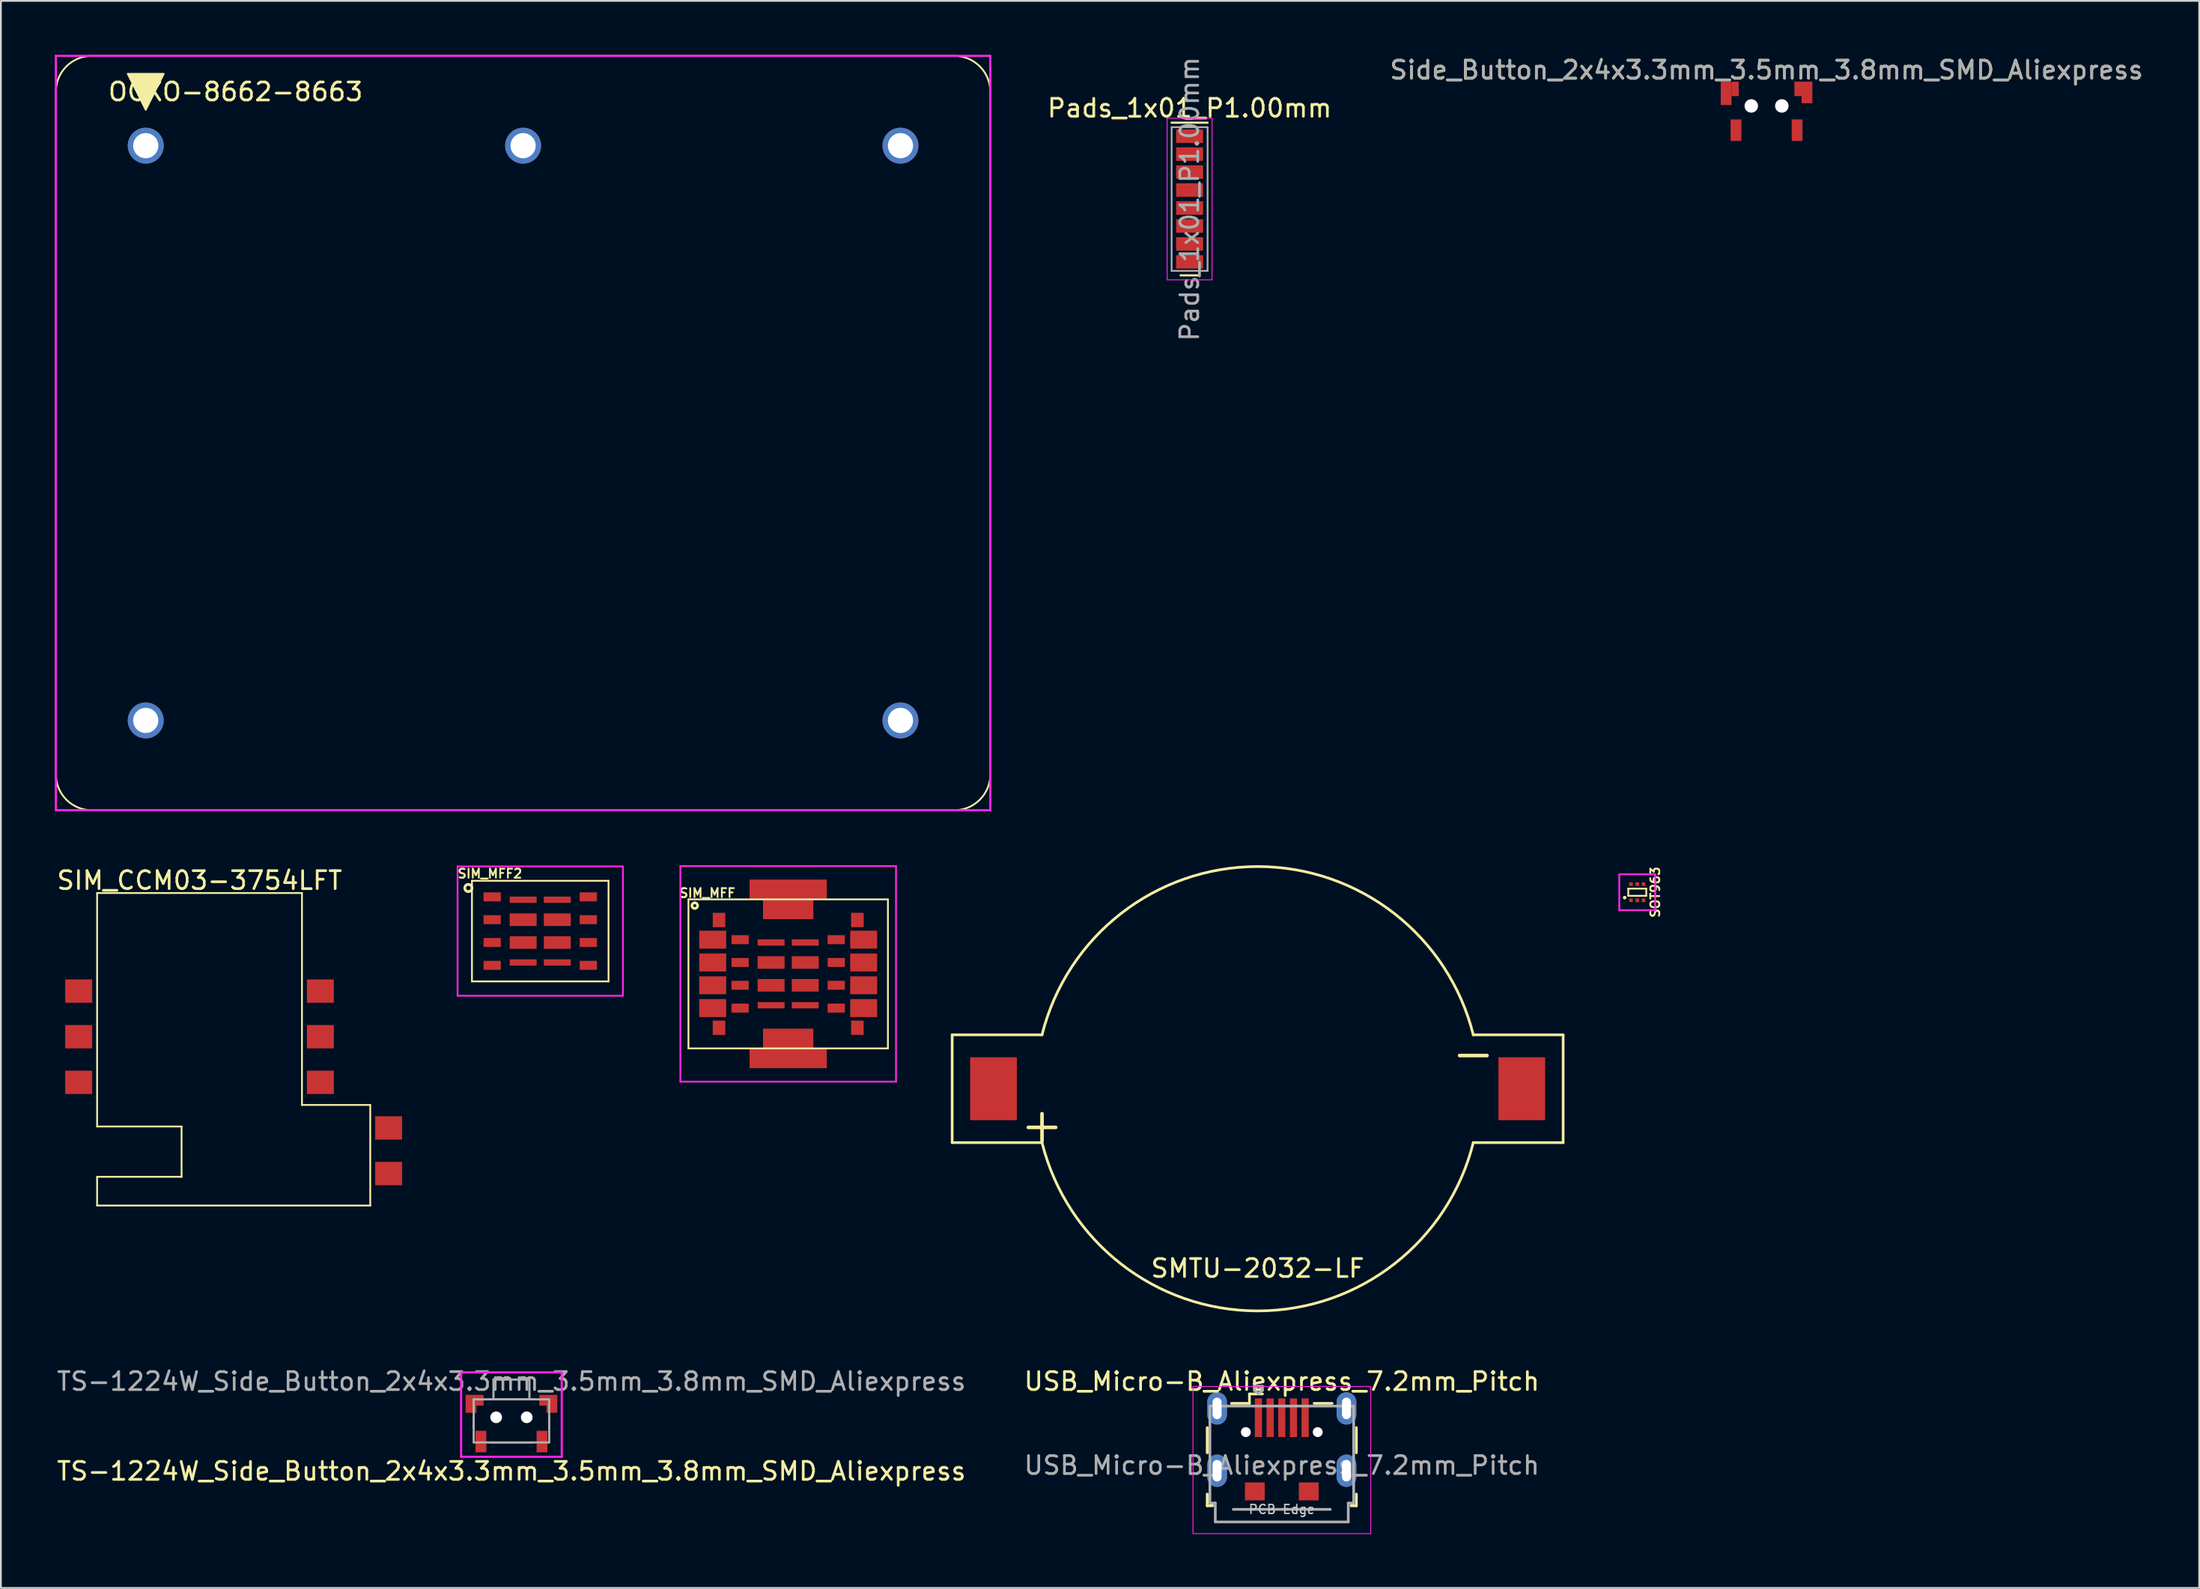
<source format=kicad_pcb>
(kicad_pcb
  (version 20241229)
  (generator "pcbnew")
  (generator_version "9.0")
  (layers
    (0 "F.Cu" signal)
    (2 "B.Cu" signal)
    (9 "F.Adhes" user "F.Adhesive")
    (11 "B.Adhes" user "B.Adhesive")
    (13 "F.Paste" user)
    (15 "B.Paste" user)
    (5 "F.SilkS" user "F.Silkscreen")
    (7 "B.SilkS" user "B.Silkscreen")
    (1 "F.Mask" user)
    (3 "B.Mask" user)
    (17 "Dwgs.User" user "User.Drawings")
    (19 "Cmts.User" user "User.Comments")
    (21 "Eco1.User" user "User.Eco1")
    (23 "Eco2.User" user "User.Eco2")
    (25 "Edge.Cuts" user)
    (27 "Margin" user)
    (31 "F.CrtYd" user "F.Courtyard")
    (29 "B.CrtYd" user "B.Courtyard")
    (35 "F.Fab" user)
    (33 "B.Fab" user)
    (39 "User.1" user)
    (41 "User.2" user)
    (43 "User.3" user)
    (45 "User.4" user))
  (footprint "Side_Button_2x4x3.3mm_3.5mm_3.8mm_SMD_Aliexpress"
    (layer "F.Cu")
    (at 95.257 2.848)
    (property "Reference" "Side_Button_2x4x3.3mm_3.5mm_3.8mm_SMD_Aliexpress" (at 0 -2 0) (layer "F.SilkS") (effects (font (size 1 1) (thickness 0.15))))
    (attr smd)
    (fp_text user "${REFERENCE}" (at 0 -2 0) (layer "F.Fab") (effects (font (size 1 1) (thickness 0.15))))
    (pad "" np_thru_hole oval (at -0.85 0) (size 0.75 0.75) (drill 0.75) (layers "*.Cu" "*.Mask"))
    (pad "" np_thru_hole oval (at 0.85 0) (size 0.75 0.75) (drill 0.75) (layers "*.Cu" "*.Mask"))
    (pad "1" smd rect (at -2.25 -0.7) (size 0.6 1.3) (layers "F.Cu" "F.Mask" "F.Paste"))
    (pad "1" smd rect (at -1.75 -0.95) (size 0.4 0.8) (layers "F.Cu" "F.Mask" "F.Paste"))
    (pad "1" smd rect (at -1.7 1.35) (size 0.6 1.2) (layers "F.Cu" "F.Mask" "F.Paste"))
    (pad "2" smd rect (at 1.7 1.35) (size 0.6 1.2) (layers "F.Cu" "F.Mask" "F.Paste"))
    (pad "2" smd rect (at 1.75 -0.95) (size 0.4 0.8) (layers "F.Cu" "F.Mask" "F.Paste"))
    (pad "2" smd rect (at 2.25 -0.75) (size 0.6 1.2) (layers "F.Cu" "F.Mask" "F.Paste")))
  (footprint "USB_Micro-B_Aliexpress_7.2mm_Pitch"
    (layer "F.Cu")
    (at 68.28 77.482)
    (property "Reference" "USB_Micro-B_Aliexpress_7.2mm_Pitch" (at 0 -3.625 0) (layer "F.SilkS") (effects (font (size 1 1) (thickness 0.15))))
    (attr smd)
    (fp_line (start -4.15 -1.05) (end -4.15 0.35) (stroke (width 0.15) (type solid)) (layer "F.SilkS"))
    (fp_line (start -4.15 2.65) (end -4.15 3.3) (stroke (width 0.15) (type solid)) (layer "F.SilkS"))
    (fp_line (start -4.15 3.3) (end -3.85 3.3) (stroke (width 0.15) (type solid)) (layer "F.SilkS"))
    (fp_line (start -1.8 -2.925) (end -1.8 -2.4) (stroke (width 0.15) (type solid)) (layer "F.SilkS"))
    (fp_line (start -1.8 -2.4) (end -2.8 -2.4) (stroke (width 0.15) (type solid)) (layer "F.SilkS"))
    (fp_line (start -1.075 -2.925) (end -1.8 -2.925) (stroke (width 0.15) (type solid)) (layer "F.SilkS"))
    (fp_line (start 1.8 -2.4) (end 2.8 -2.4) (stroke (width 0.15) (type solid)) (layer "F.SilkS"))
    (fp_line (start 3.85 3.3) (end 4.15 3.3) (stroke (width 0.15) (type solid)) (layer "F.SilkS"))
    (fp_line (start 4.15 0.35) (end 4.15 -1.05) (stroke (width 0.15) (type solid)) (layer "F.SilkS"))
    (fp_line (start 4.15 3.3) (end 4.15 2.65) (stroke (width 0.15) (type solid)) (layer "F.SilkS"))
    (fp_line (start -4.94 -3.34) (end -4.94 4.85) (stroke (width 0.05) (type solid)) (layer "F.CrtYd"))
    (fp_line (start -4.94 4.85) (end 4.95 4.85) (stroke (width 0.05) (type solid)) (layer "F.CrtYd"))
    (fp_line (start 4.95 -3.34) (end -4.94 -3.34) (stroke (width 0.05) (type solid)) (layer "F.CrtYd"))
    (fp_line (start 4.95 4.85) (end 4.95 -3.34) (stroke (width 0.05) (type solid)) (layer "F.CrtYd"))
    (fp_line (start -4 -2.25) (end -4 3.15) (stroke (width 0.15) (type solid)) (layer "F.Fab"))
    (fp_line (start -4 3.15) (end -3.7 3.15) (stroke (width 0.15) (type solid)) (layer "F.Fab"))
    (fp_line (start -3.7 3.15) (end -3.7 4.2) (stroke (width 0.15) (type solid)) (layer "F.Fab"))
    (fp_line (start -3.7 4.2) (end 3.7 4.2) (stroke (width 0.15) (type solid)) (layer "F.Fab"))
    (fp_line (start -2.7 3.5) (end 2.7 3.5) (stroke (width 0.15) (type solid)) (layer "F.Fab"))
    (fp_line (start -1.525 -3.35) (end -1.075 -3.35) (stroke (width 0.15) (type solid)) (layer "F.Fab"))
    (fp_line (start -1.525 -3.125) (end -1.525 -3.35) (stroke (width 0.15) (type solid)) (layer "F.Fab"))
    (fp_line (start -1.3 -2.95) (end -1.525 -3.125) (stroke (width 0.15) (type solid)) (layer "F.Fab"))
    (fp_line (start -1.075 -3.35) (end -1.075 -3.125) (stroke (width 0.15) (type solid)) (layer "F.Fab"))
    (fp_line (start -1.075 -3.125) (end -1.3 -2.95) (stroke (width 0.15) (type solid)) (layer "F.Fab"))
    (fp_line (start 3.7 3.15) (end 4 3.15) (stroke (width 0.15) (type solid)) (layer "F.Fab"))
    (fp_line (start 3.7 4.2) (end 3.7 3.15) (stroke (width 0.15) (type solid)) (layer "F.Fab"))
    (fp_line (start 4 -2.25) (end -4 -2.25) (stroke (width 0.15) (type solid)) (layer "F.Fab"))
    (fp_line (start 4 3.15) (end 4 -2.25) (stroke (width 0.15) (type solid)) (layer "F.Fab"))
    (fp_text user "PCB Edge" (at 0 3.5 0) (layer "Dwgs.User") (effects (font (size 0.5 0.5) (thickness 0.08))))
    (fp_text user "${REFERENCE}" (at 0 1.05 0) (layer "F.Fab") (effects (font (size 1 1) (thickness 0.15))))
    (pad "" np_thru_hole oval (at -2 -0.8) (size 0.55 0.55) (drill 0.55) (layers "*.Cu" "*.Mask"))
    (pad "" np_thru_hole oval (at 2 -0.8) (size 0.55 0.55) (drill 0.55) (layers "*.Cu" "*.Mask"))
    (pad "1" smd rect (at -1.3 -1.6) (size 0.4 2.15) (layers "F.Cu" "F.Mask" "F.Paste"))
    (pad "2" smd rect (at -0.65 -1.6) (size 0.4 2.15) (layers "F.Cu" "F.Mask" "F.Paste"))
    (pad "3" smd rect (at 0 -1.6) (size 0.4 2.15) (layers "F.Cu" "F.Mask" "F.Paste"))
    (pad "4" smd rect (at 0.65 -1.6) (size 0.4 2.15) (layers "F.Cu" "F.Mask" "F.Paste"))
    (pad "5" smd rect (at 1.3 -1.6) (size 0.4 2.15) (layers "F.Cu" "F.Mask" "F.Paste"))
    (pad "6" thru_hole oval (at -3.6 -2.12) (size 1.1 1.8) (drill oval 0.5 1.2) (layers "*.Cu" "*.Mask"))
    (pad "6" thru_hole oval (at -3.6 1.35) (size 1.1 1.8) (drill oval 0.5 1.2) (layers "*.Cu" "*.Mask"))
    (pad "6" smd rect (at -1.5 2.5) (size 1.1 1) (layers "F.Cu" "F.Mask" "F.Paste"))
    (pad "6" smd rect (at 1.5 2.5) (size 1.1 1) (layers "F.Cu" "F.Mask" "F.Paste"))
    (pad "6" thru_hole oval (at 3.6 -2.12) (size 1.1 1.8) (drill oval 0.5 1.2) (layers "*.Cu" "*.Mask"))
    (pad "6" thru_hole oval (at 3.6 1.35) (size 1.1 1.8) (drill oval 0.5 1.2) (layers "*.Cu" "*.Mask")))
  (footprint "SIM_MFF2"
    (layer "F.Cu")
    (at 27.014 48.788)
    (property "Reference" "SIM_MFF2" (at -2.8 -3.2 0) (layer "F.SilkS") (effects (font (size 0.5 0.5) (thickness 0.1))))
    (attr through_hole)
    (fp_line (start -3.8 -2.8) (end 3.8 -2.8) (stroke (width 0.1) (type solid)) (layer "F.SilkS"))
    (fp_line (start -3.8 2.8) (end -3.8 -2.8) (stroke (width 0.1) (type solid)) (layer "F.SilkS"))
    (fp_line (start 3.8 -2.8) (end 3.8 2.8) (stroke (width 0.1) (type solid)) (layer "F.SilkS"))
    (fp_line (start 3.8 2.8) (end -3.8 2.8) (stroke (width 0.1) (type solid)) (layer "F.SilkS"))
    (fp_circle (center -4 -2.4) (end -4 -2.2) (stroke (width 0.15) (type solid)) (fill no) (layer "F.SilkS"))
    (fp_line (start -4.6 -3.6) (end -4.6 3.6) (stroke (width 0.1) (type solid)) (layer "F.CrtYd"))
    (fp_line (start -4.6 3.6) (end 4.6 3.6) (stroke (width 0.1) (type solid)) (layer "F.CrtYd"))
    (fp_line (start 4.6 -3.6) (end -4.6 -3.6) (stroke (width 0.1) (type solid)) (layer "F.CrtYd"))
    (fp_line (start 4.6 3.6) (end 4.6 -3.6) (stroke (width 0.1) (type solid)) (layer "F.CrtYd"))
    (pad "" smd rect (at -0.95 -1.746) (size 1.5 0.35) (layers "F.Cu" "F.Mask" "F.Paste"))
    (pad "" smd rect (at -0.95 -0.635) (size 1.5 0.7) (layers "F.Cu" "F.Mask" "F.Paste"))
    (pad "" smd rect (at -0.95 0.635) (size 1.5 0.7) (layers "F.Cu" "F.Mask" "F.Paste"))
    (pad "" smd rect (at -0.95 1.746) (size 1.5 0.35) (layers "F.Cu" "F.Mask" "F.Paste"))
    (pad "" smd rect (at 0.95 -1.746) (size 1.5 0.35) (layers "F.Cu" "F.Mask" "F.Paste"))
    (pad "" smd rect (at 0.95 -0.635) (size 1.5 0.7) (layers "F.Cu" "F.Mask" "F.Paste"))
    (pad "" smd rect (at 0.95 0.635) (size 1.5 0.7) (layers "F.Cu" "F.Mask" "F.Paste"))
    (pad "" smd rect (at 0.95 1.746) (size 1.5 0.35) (layers "F.Cu" "F.Mask" "F.Paste"))
    (pad "C1" smd rect (at 2.675 -1.905) (size 0.96 0.5) (layers "F.Cu" "F.Mask" "F.Paste"))
    (pad "C2" smd rect (at 2.675 -0.635) (size 0.96 0.5) (layers "F.Cu" "F.Mask" "F.Paste"))
    (pad "C3" smd rect (at 2.675 0.635) (size 0.96 0.5) (layers "F.Cu" "F.Mask" "F.Paste"))
    (pad "C4" smd rect (at 2.675 1.905) (size 0.96 0.5) (layers "F.Cu" "F.Mask" "F.Paste"))
    (pad "C5" smd rect (at -2.675 -1.905) (size 0.96 0.5) (layers "F.Cu" "F.Mask" "F.Paste"))
    (pad "C6" smd rect (at -2.675 -0.635) (size 0.96 0.5) (layers "F.Cu" "F.Mask" "F.Paste"))
    (pad "C7" smd rect (at -2.675 0.635) (size 0.96 0.5) (layers "F.Cu" "F.Mask" "F.Paste"))
    (pad "C8" smd rect (at -2.675 1.905) (size 0.96 0.5) (layers "F.Cu" "F.Mask" "F.Paste")))
  (footprint "OCXO-8662-8663"
    (layer "F.Cu")
    (at 26.06 21.06)
    (property "Reference" "OCXO-8662-8663" (at -16 -19 0) (layer "F.SilkS") (effects (font (size 1 1) (thickness 0.15))))
    (attr through_hole)
    (fp_line (start -26 -19) (end -26 19) (stroke (width 0.1) (type solid)) (layer "F.SilkS"))
    (fp_line (start -24 21) (end 24 21) (stroke (width 0.1) (type solid)) (layer "F.SilkS"))
    (fp_line (start 24 -21) (end -24 -21) (stroke (width 0.1) (type solid)) (layer "F.SilkS"))
    (fp_line (start 26 19) (end 26 -19) (stroke (width 0.1) (type solid)) (layer "F.SilkS"))
    (fp_arc (start -26 -19) (mid -25.414214 -20.414214) (end -24 -21) (stroke (width 0.1) (type solid)) (layer "F.SilkS"))
    (fp_arc (start -24 21) (mid -25.414214 20.414214) (end -26 19) (stroke (width 0.1) (type solid)) (layer "F.SilkS"))
    (fp_arc (start 24 -21) (mid 25.414214 -20.414214) (end 26 -19) (stroke (width 0.1) (type solid)) (layer "F.SilkS"))
    (fp_arc (start 26 19) (mid 25.414214 20.414214) (end 24 21) (stroke (width 0.1) (type solid)) (layer "F.SilkS"))
    (fp_poly (pts (xy -21 -18) (xy -22 -20) (xy -20 -20)) (stroke (width 0.1) (type solid)) (fill yes) (layer "F.SilkS"))
    (fp_line (start -26 -21) (end 26 -21) (stroke (width 0.12) (type solid)) (layer "F.CrtYd"))
    (fp_line (start -26 21) (end -26 -21) (stroke (width 0.12) (type solid)) (layer "F.CrtYd"))
    (fp_line (start 26 -21) (end 26 21) (stroke (width 0.12) (type solid)) (layer "F.CrtYd"))
    (fp_line (start 26 21) (end -26 21) (stroke (width 0.12) (type solid)) (layer "F.CrtYd"))
    (pad "1" thru_hole circle (at -21 -16) (size 2 2) (drill 1.4) (layers "*.Cu" "*.Mask"))
    (pad "2" thru_hole circle (at 0 -16) (size 2 2) (drill 1.4) (layers "*.Cu" "*.Mask"))
    (pad "3" thru_hole circle (at 21 -16) (size 2 2) (drill 1.4) (layers "*.Cu" "*.Mask"))
    (pad "4" thru_hole circle (at 21 16) (size 2 2) (drill 1.4) (layers "*.Cu" "*.Mask"))
    (pad "5" thru_hole circle (at -21 16) (size 2 2) (drill 1.4) (layers "*.Cu" "*.Mask")))
  (footprint "TS-1224W_Side_Button_2x4x3.3mm_3.5mm_3.8mm_SMD_Aliexpress"
    (layer "F.Cu")
    (at 25.411 75.857)
    (property "Reference" "TS-1224W_Side_Button_2x4x3.3mm_3.5mm_3.8mm_SMD_Aliexpress" (at 0 3 0) (layer "F.SilkS") (effects (font (size 1 1) (thickness 0.15))))
    (attr smd)
    (fp_poly (pts (xy -2.55 -1.25) (xy -1.55 -1.25) (xy -1.55 -0.65) (xy -1.95 -0.65) (xy -1.95 -0.25) (xy -2.55 -0.25)) (stroke (width 0) (type solid)) (fill yes) (layers "F.Cu" "F.Mask"))
    (fp_poly (pts (xy 1.55 -1.25) (xy 2.55 -1.25) (xy 2.55 -0.25) (xy 1.95 -0.25) (xy 1.95 -0.65) (xy 1.55 -0.65)) (stroke (width 0) (type solid)) (fill yes) (layers "F.Cu" "F.Mask"))
    (fp_line (start -2.1 0.6) (end -2.1 0) (stroke (width 0.1) (type solid)) (layer "F.SilkS"))
    (fp_line (start -1.3 -1) (end 1.3 -1) (stroke (width 0.1) (type solid)) (layer "F.SilkS"))
    (fp_line (start -1.2 1.4) (end 1.2 1.4) (stroke (width 0.1) (type solid)) (layer "F.SilkS"))
    (fp_line (start 2.1 0.6) (end 2.1 0) (stroke (width 0.1) (type solid)) (layer "F.SilkS"))
    (fp_poly (pts (xy -2.55 -1.25) (xy -1.55 -1.25) (xy -1.55 -0.65) (xy -1.95 -0.65) (xy -1.95 -0.25) (xy -2.55 -0.25)) (stroke (width 0) (type solid)) (fill yes) (layer "F.Paste"))
    (fp_poly (pts (xy 1.55 -1.25) (xy 2.55 -1.25) (xy 2.55 -0.25) (xy 1.95 -0.25) (xy 1.95 -0.65) (xy 1.55 -0.65)) (stroke (width 0) (type solid)) (fill yes) (layer "F.Paste"))
    (fp_line (start -2.8 -2.5) (end 2.8 -2.5) (stroke (width 0.12) (type solid)) (layer "F.CrtYd"))
    (fp_line (start -2.8 2.2) (end -2.8 -2.5) (stroke (width 0.12) (type solid)) (layer "F.CrtYd"))
    (fp_line (start 2.8 -2.5) (end 2.8 2.2) (stroke (width 0.12) (type solid)) (layer "F.CrtYd"))
    (fp_line (start 2.8 2.2) (end -2.8 2.2) (stroke (width 0.12) (type solid)) (layer "F.CrtYd"))
    (fp_line (start -2.1 -1) (end -2.1 1.4) (stroke (width 0.12) (type solid)) (layer "F.Fab"))
    (fp_line (start -2.1 -1) (end 2.1 -1) (stroke (width 0.12) (type solid)) (layer "F.Fab"))
    (fp_line (start -1 -2.1) (end 1 -2.1) (stroke (width 0.12) (type solid)) (layer "F.Fab"))
    (fp_line (start -1 -1) (end -1 -2.1) (stroke (width 0.12) (type solid)) (layer "F.Fab"))
    (fp_line (start 1 -1) (end 1 -2.1) (stroke (width 0.12) (type solid)) (layer "F.Fab"))
    (fp_line (start 2.1 1.4) (end -2.1 1.4) (stroke (width 0.12) (type solid)) (layer "F.Fab"))
    (fp_line (start 2.1 1.4) (end 2.1 -1) (stroke (width 0.12) (type solid)) (layer "F.Fab"))
    (fp_text user "${REFERENCE}" (at 0 -2 0) (layer "F.Fab") (effects (font (size 1 1) (thickness 0.15))))
    (pad "" np_thru_hole circle (at -0.85 0) (size 0.65 0.65) (drill 0.65) (layers "*.Cu" "*.Mask"))
    (pad "" np_thru_hole circle (at 0.85 0) (size 0.65 0.65) (drill 0.65) (layers "*.Cu" "*.Mask"))
    (pad "1" smd rect (at -1.7 1.35) (size 0.6 1.2) (layers "F.Cu" "F.Mask" "F.Paste"))
    (pad "2" smd rect (at 1.7 1.35) (size 0.6 1.2) (layers "F.Cu" "F.Mask" "F.Paste")))
  (footprint "Pads_1x01_P1.00mm"
    (layer "F.Cu")
    (at 63.15 8.03)
    (property "Reference" "Pads_1x01_P1.00mm" (at 0 -5.06 0) (layer "F.SilkS") (effects (font (size 1 1) (thickness 0.15))))
    (attr smd)
    (fp_line (start -1 -4.25) (end 1 -4.25) (stroke (width 0.12) (type solid)) (layer "F.SilkS"))
    (fp_line (start -0.5 4.25) (end 0.5 4.25) (stroke (width 0.12) (type solid)) (layer "F.SilkS"))
    (fp_line (start -1.25 -4.5) (end -1.25 4.5) (stroke (width 0.05) (type solid)) (layer "F.CrtYd"))
    (fp_line (start -1.25 4.5) (end 1.25 4.5) (stroke (width 0.05) (type solid)) (layer "F.CrtYd"))
    (fp_line (start 1.25 -4.5) (end -1.25 -4.5) (stroke (width 0.05) (type solid)) (layer "F.CrtYd"))
    (fp_line (start 1.25 4.5) (end 1.25 -4.5) (stroke (width 0.05) (type solid)) (layer "F.CrtYd"))
    (fp_line (start -1 -4) (end 1 -4) (stroke (width 0.1) (type solid)) (layer "F.Fab"))
    (fp_line (start -1 4) (end -1 -4) (stroke (width 0.1) (type solid)) (layer "F.Fab"))
    (fp_line (start 1 4) (end -1 4) (stroke (width 0.1) (type solid)) (layer "F.Fab"))
    (fp_line (start 1 4) (end 1 -4) (stroke (width 0.1) (type solid)) (layer "F.Fab"))
    (fp_text user "${REFERENCE}" (at 0 0 90) (layer "F.Fab") (effects (font (size 1 1) (thickness 0.15))))
    (pad "1" smd rect (at 0 -3.5) (size 1.5 0.75) (layers "F.Cu" "F.Mask" "F.Paste"))
    (pad "2" smd rect (at 0 -2.5) (size 1.5 0.75) (layers "F.Cu" "F.Mask" "F.Paste"))
    (pad "3" smd rect (at 0 -1.5) (size 1.5 0.75) (layers "F.Cu" "F.Mask" "F.Paste"))
    (pad "4" smd rect (at 0 -0.5) (size 1.5 0.75) (layers "F.Cu" "F.Mask" "F.Paste"))
    (pad "5" smd rect (at 0 0.5) (size 1.5 0.75) (layers "F.Cu" "F.Mask" "F.Paste"))
    (pad "6" smd rect (at 0 1.5) (size 1.5 0.75) (layers "F.Cu" "F.Mask" "F.Paste"))
    (pad "7" smd rect (at 0 2.5) (size 1.5 0.75) (layers "F.Cu" "F.Mask" "F.Paste"))
    (pad "8" smd rect (at 0 3.5) (size 1.5 0.75) (layers "F.Cu" "F.Mask" "F.Paste")))
  (footprint "SOT963"
    (layer "F.Cu")
    (at 88.062 46.625)
    (property "Reference" "SOT963" (at 1 0 90) (layer "F.SilkS") (effects (font (size 0.5 0.5) (thickness 0.1))))
    (attr through_hole)
    (fp_line (start -0.5 -0.2) (end -0.5 -0.2) (stroke (width 0.1) (type solid)) (layer "F.SilkS"))
    (fp_line (start -0.5 -0.2) (end 0.5 -0.2) (stroke (width 0.1) (type solid)) (layer "F.SilkS"))
    (fp_line (start -0.5 0.2) (end -0.5 -0.2) (stroke (width 0.1) (type solid)) (layer "F.SilkS"))
    (fp_line (start 0.5 -0.2) (end 0.5 0.2) (stroke (width 0.1) (type solid)) (layer "F.SilkS"))
    (fp_line (start 0.5 0.2) (end -0.5 0.2) (stroke (width 0.1) (type solid)) (layer "F.SilkS"))
    (fp_circle (center -0.7 0.3) (end -0.65 0.3) (stroke (width 0.1) (type solid)) (fill no) (layer "F.SilkS"))
    (fp_line (start -1 -1) (end -1 1) (stroke (width 0.1) (type solid)) (layer "F.CrtYd"))
    (fp_line (start -1 1) (end 1 1) (stroke (width 0.1) (type solid)) (layer "F.CrtYd"))
    (fp_line (start 1 -1) (end -1 -1) (stroke (width 0.1) (type solid)) (layer "F.CrtYd"))
    (fp_line (start 1 1) (end 1 -1) (stroke (width 0.1) (type solid)) (layer "F.CrtYd"))
    (pad "1" smd rect (at -0.35 0.45) (size 0.2 0.2) (layers "F.Cu" "F.Mask" "F.Paste"))
    (pad "2" smd rect (at 0 0.45) (size 0.2 0.2) (layers "F.Cu" "F.Mask" "F.Paste"))
    (pad "3" smd rect (at 0.35 0.45) (size 0.2 0.2) (layers "F.Cu" "F.Mask" "F.Paste"))
    (pad "4" smd rect (at 0.35 -0.45) (size 0.2 0.2) (layers "F.Cu" "F.Mask" "F.Paste"))
    (pad "5" smd rect (at 0 -0.45) (size 0.2 0.2) (layers "F.Cu" "F.Mask" "F.Paste"))
    (pad "6" smd rect (at -0.35 -0.45) (size 0.2 0.2) (layers "F.Cu" "F.Mask" "F.Paste")))
  (footprint "SIM_MFF"
    (layer "F.Cu")
    (at 40.812 51.17)
    (property "Reference" "SIM_MFF" (at -4.5 -4.5 0) (layer "F.SilkS") (effects (font (size 0.5 0.5) (thickness 0.1))))
    (attr through_hole)
    (fp_line (start -5.55 -4.15) (end 5.55 -4.15) (stroke (width 0.1) (type solid)) (layer "F.SilkS"))
    (fp_line (start -5.55 4.15) (end -5.55 -4.15) (stroke (width 0.1) (type solid)) (layer "F.SilkS"))
    (fp_line (start 5.55 -4.15) (end 5.55 4.15) (stroke (width 0.1) (type solid)) (layer "F.SilkS"))
    (fp_line (start 5.55 4.15) (end -5.55 4.15) (stroke (width 0.1) (type solid)) (layer "F.SilkS"))
    (fp_circle (center -5.2 -3.8) (end -5.25 -3.65) (stroke (width 0.15) (type solid)) (fill no) (layer "F.SilkS"))
    (fp_line (start -6 -6) (end -6 6) (stroke (width 0.1) (type solid)) (layer "F.CrtYd"))
    (fp_line (start -6 6) (end 6 6) (stroke (width 0.1) (type solid)) (layer "F.CrtYd"))
    (fp_line (start 6 -6) (end -6 -6) (stroke (width 0.1) (type solid)) (layer "F.CrtYd"))
    (fp_line (start 6 6) (end 6 -6) (stroke (width 0.1) (type solid)) (layer "F.CrtYd"))
    (pad "" smd rect (at -3.85 -3) (size 0.7 0.8) (layers "F.Cu" "F.Mask" "F.Paste"))
    (pad "" smd rect (at -3.85 3) (size 0.7 0.8) (layers "F.Cu" "F.Mask" "F.Paste"))
    (pad "" smd rect (at -0.95 -1.746) (size 1.5 0.35) (layers "F.Cu" "F.Mask" "F.Paste"))
    (pad "" smd rect (at -0.95 -0.635) (size 1.5 0.7) (layers "F.Cu" "F.Mask" "F.Paste"))
    (pad "" smd rect (at -0.95 0.635) (size 1.5 0.7) (layers "F.Cu" "F.Mask" "F.Paste"))
    (pad "" smd rect (at -0.95 1.746) (size 1.5 0.35) (layers "F.Cu" "F.Mask" "F.Paste"))
    (pad "" smd rect (at 0 -4.7) (size 4.3 1.1) (layers "F.Cu" "F.Mask" "F.Paste"))
    (pad "" smd rect (at 0 -3.6) (size 2.8 1.1) (layers "F.Cu" "F.Mask" "F.Paste"))
    (pad "" smd rect (at 0 3.6) (size 2.8 1.1) (layers "F.Cu" "F.Mask" "F.Paste"))
    (pad "" smd rect (at 0 4.7) (size 4.3 1.1) (layers "F.Cu" "F.Mask" "F.Paste"))
    (pad "" smd rect (at 0.95 -1.746) (size 1.5 0.35) (layers "F.Cu" "F.Mask" "F.Paste"))
    (pad "" smd rect (at 0.95 -0.635) (size 1.5 0.7) (layers "F.Cu" "F.Mask" "F.Paste"))
    (pad "" smd rect (at 0.95 0.635) (size 1.5 0.7) (layers "F.Cu" "F.Mask" "F.Paste"))
    (pad "" smd rect (at 0.95 1.746) (size 1.5 0.35) (layers "F.Cu" "F.Mask" "F.Paste"))
    (pad "" smd rect (at 3.85 -3) (size 0.7 0.8) (layers "F.Cu" "F.Mask" "F.Paste"))
    (pad "" smd rect (at 3.85 3) (size 0.7 0.8) (layers "F.Cu" "F.Mask" "F.Paste"))
    (pad "C1" smd rect (at 2.675 -1.905) (size 0.96 0.5) (layers "F.Cu" "F.Mask" "F.Paste"))
    (pad "C1" smd rect (at 4.2 -1.905) (size 1.5 1) (layers "F.Cu" "F.Mask" "F.Paste"))
    (pad "C2" smd rect (at 2.675 -0.635) (size 0.96 0.5) (layers "F.Cu" "F.Mask" "F.Paste"))
    (pad "C2" smd rect (at 4.2 -0.635) (size 1.5 1) (layers "F.Cu" "F.Mask" "F.Paste"))
    (pad "C3" smd rect (at 2.675 0.635) (size 0.96 0.5) (layers "F.Cu" "F.Mask" "F.Paste"))
    (pad "C3" smd rect (at 4.2 0.635) (size 1.5 1) (layers "F.Cu" "F.Mask" "F.Paste"))
    (pad "C4" smd rect (at 2.675 1.905) (size 0.96 0.5) (layers "F.Cu" "F.Mask" "F.Paste"))
    (pad "C4" smd rect (at 4.2 1.905) (size 1.5 1) (layers "F.Cu" "F.Mask" "F.Paste"))
    (pad "C5" smd rect (at -4.2 -1.905) (size 1.5 1) (layers "F.Cu" "F.Mask" "F.Paste"))
    (pad "C5" smd rect (at -2.675 -1.905) (size 0.96 0.5) (layers "F.Cu" "F.Mask" "F.Paste"))
    (pad "C6" smd rect (at -4.2 -0.635) (size 1.5 1) (layers "F.Cu" "F.Mask" "F.Paste"))
    (pad "C6" smd rect (at -2.675 -0.635) (size 0.96 0.5) (layers "F.Cu" "F.Mask" "F.Paste"))
    (pad "C7" smd rect (at -4.2 0.635) (size 1.5 1) (layers "F.Cu" "F.Mask" "F.Paste"))
    (pad "C7" smd rect (at -2.675 0.635) (size 0.96 0.5) (layers "F.Cu" "F.Mask" "F.Paste"))
    (pad "C8" smd rect (at -4.2 1.905) (size 1.5 1) (layers "F.Cu" "F.Mask" "F.Paste"))
    (pad "C8" smd rect (at -2.675 1.905) (size 0.96 0.5) (layers "F.Cu" "F.Mask" "F.Paste")))
  (footprint "SIM_CCM03-3754LFT"
    (layer "F.Cu")
    (at 8.054 54.668)
    (property "Reference" "SIM_CCM03-3754LFT" (at 0 -8.7 0) (layer "F.SilkS") (effects (font (size 1 1) (thickness 0.15))))
    (attr through_hole)
    (fp_line (start -5.7 -8) (end -5.7 5) (stroke (width 0.1) (type solid)) (layer "F.SilkS"))
    (fp_line (start -5.7 5) (end -1 5) (stroke (width 0.1) (type solid)) (layer "F.SilkS"))
    (fp_line (start -5.7 7.8) (end -5.7 9.4) (stroke (width 0.1) (type solid)) (layer "F.SilkS"))
    (fp_line (start -5.7 9.4) (end 9.5 9.4) (stroke (width 0.1) (type solid)) (layer "F.SilkS"))
    (fp_line (start -1 5) (end -1 7.8) (stroke (width 0.1) (type solid)) (layer "F.SilkS"))
    (fp_line (start -1 7.8) (end -5.7 7.8) (stroke (width 0.1) (type solid)) (layer "F.SilkS"))
    (fp_line (start 5.7 -8) (end -5.7 -8) (stroke (width 0.1) (type solid)) (layer "F.SilkS"))
    (fp_line (start 5.7 3.8) (end 5.7 -8) (stroke (width 0.1) (type solid)) (layer "F.SilkS"))
    (fp_line (start 9.5 3.8) (end 5.7 3.8) (stroke (width 0.1) (type solid)) (layer "F.SilkS"))
    (fp_line (start 9.5 9.4) (end 9.5 3.8) (stroke (width 0.1) (type solid)) (layer "F.SilkS"))
    (pad "C1" smd rect (at 6.725 -2.54) (size 1.5 1.3) (layers "F.Cu" "F.Mask" "F.Paste"))
    (pad "C2" smd rect (at 6.725 0) (size 1.5 1.3) (layers "F.Cu" "F.Mask" "F.Paste"))
    (pad "C3" smd rect (at 6.725 2.54) (size 1.5 1.3) (layers "F.Cu" "F.Mask" "F.Paste"))
    (pad "C5" smd rect (at -6.725 -2.54) (size 1.5 1.3) (layers "F.Cu" "F.Mask" "F.Paste"))
    (pad "C6" smd rect (at -6.725 0) (size 1.5 1.3) (layers "F.Cu" "F.Mask" "F.Paste"))
    (pad "C7" smd rect (at -6.725 2.54) (size 1.5 1.3) (layers "F.Cu" "F.Mask" "F.Paste"))
    (pad "SW1" smd rect (at 10.525 5.08) (size 1.5 1.3) (layers "F.Cu" "F.Mask" "F.Paste"))
    (pad "SW2" smd rect (at 10.525 7.62) (size 1.5 1.3) (layers "F.Cu" "F.Mask" "F.Paste")))
  (footprint "SMTU-2032-LF"
    (layer "F.Cu")
    (at 66.937 57.564)
    (property "Reference" "SMTU-2032-LF" (at 0 10 0) (layer "F.SilkS") (effects (font (size 1 1) (thickness 0.15))))
    (attr through_hole)
    (fp_line (start -17 -3) (end -12 -3) (stroke (width 0.15) (type solid)) (layer "F.SilkS"))
    (fp_line (start -17 3) (end -17 -3) (stroke (width 0.15) (type solid)) (layer "F.SilkS"))
    (fp_line (start -12 3) (end -17 3) (stroke (width 0.15) (type solid)) (layer "F.SilkS"))
    (fp_line (start 12 -3) (end 17 -3) (stroke (width 0.15) (type solid)) (layer "F.SilkS"))
    (fp_line (start 17 -3) (end 17 3) (stroke (width 0.15) (type solid)) (layer "F.SilkS"))
    (fp_line (start 17 3) (end 12 3) (stroke (width 0.15) (type solid)) (layer "F.SilkS"))
    (fp_arc (start -12 -3) (mid 0 -12.369317) (end 12 -3) (stroke (width 0.15) (type solid)) (layer "F.SilkS"))
    (fp_arc (start 12 3) (mid 0 12.369317) (end -12 3) (stroke (width 0.15) (type solid)) (layer "F.SilkS"))
    (fp_text user "+" (at -12 2 0) (layer "F.SilkS") (effects (font (size 2 2) (thickness 0.2))))
    (fp_text user "-" (at 12 -2 0) (layer "F.SilkS") (effects (font (size 2 2) (thickness 0.2))))
    (pad "1" smd rect (at -14.7 0) (size 2.6 3.5) (layers "F.Cu" "F.Mask" "F.Paste"))
    (pad "2" smd rect (at 14.7 0) (size 2.6 3.5) (layers "F.Cu" "F.Mask" "F.Paste")))
  (gr_rect
    (start -3 -3)
    (end 119.334 85.357)
    (stroke (width 0.1) (type default))
    (fill no)
    (layer "Edge.Cuts")))
</source>
